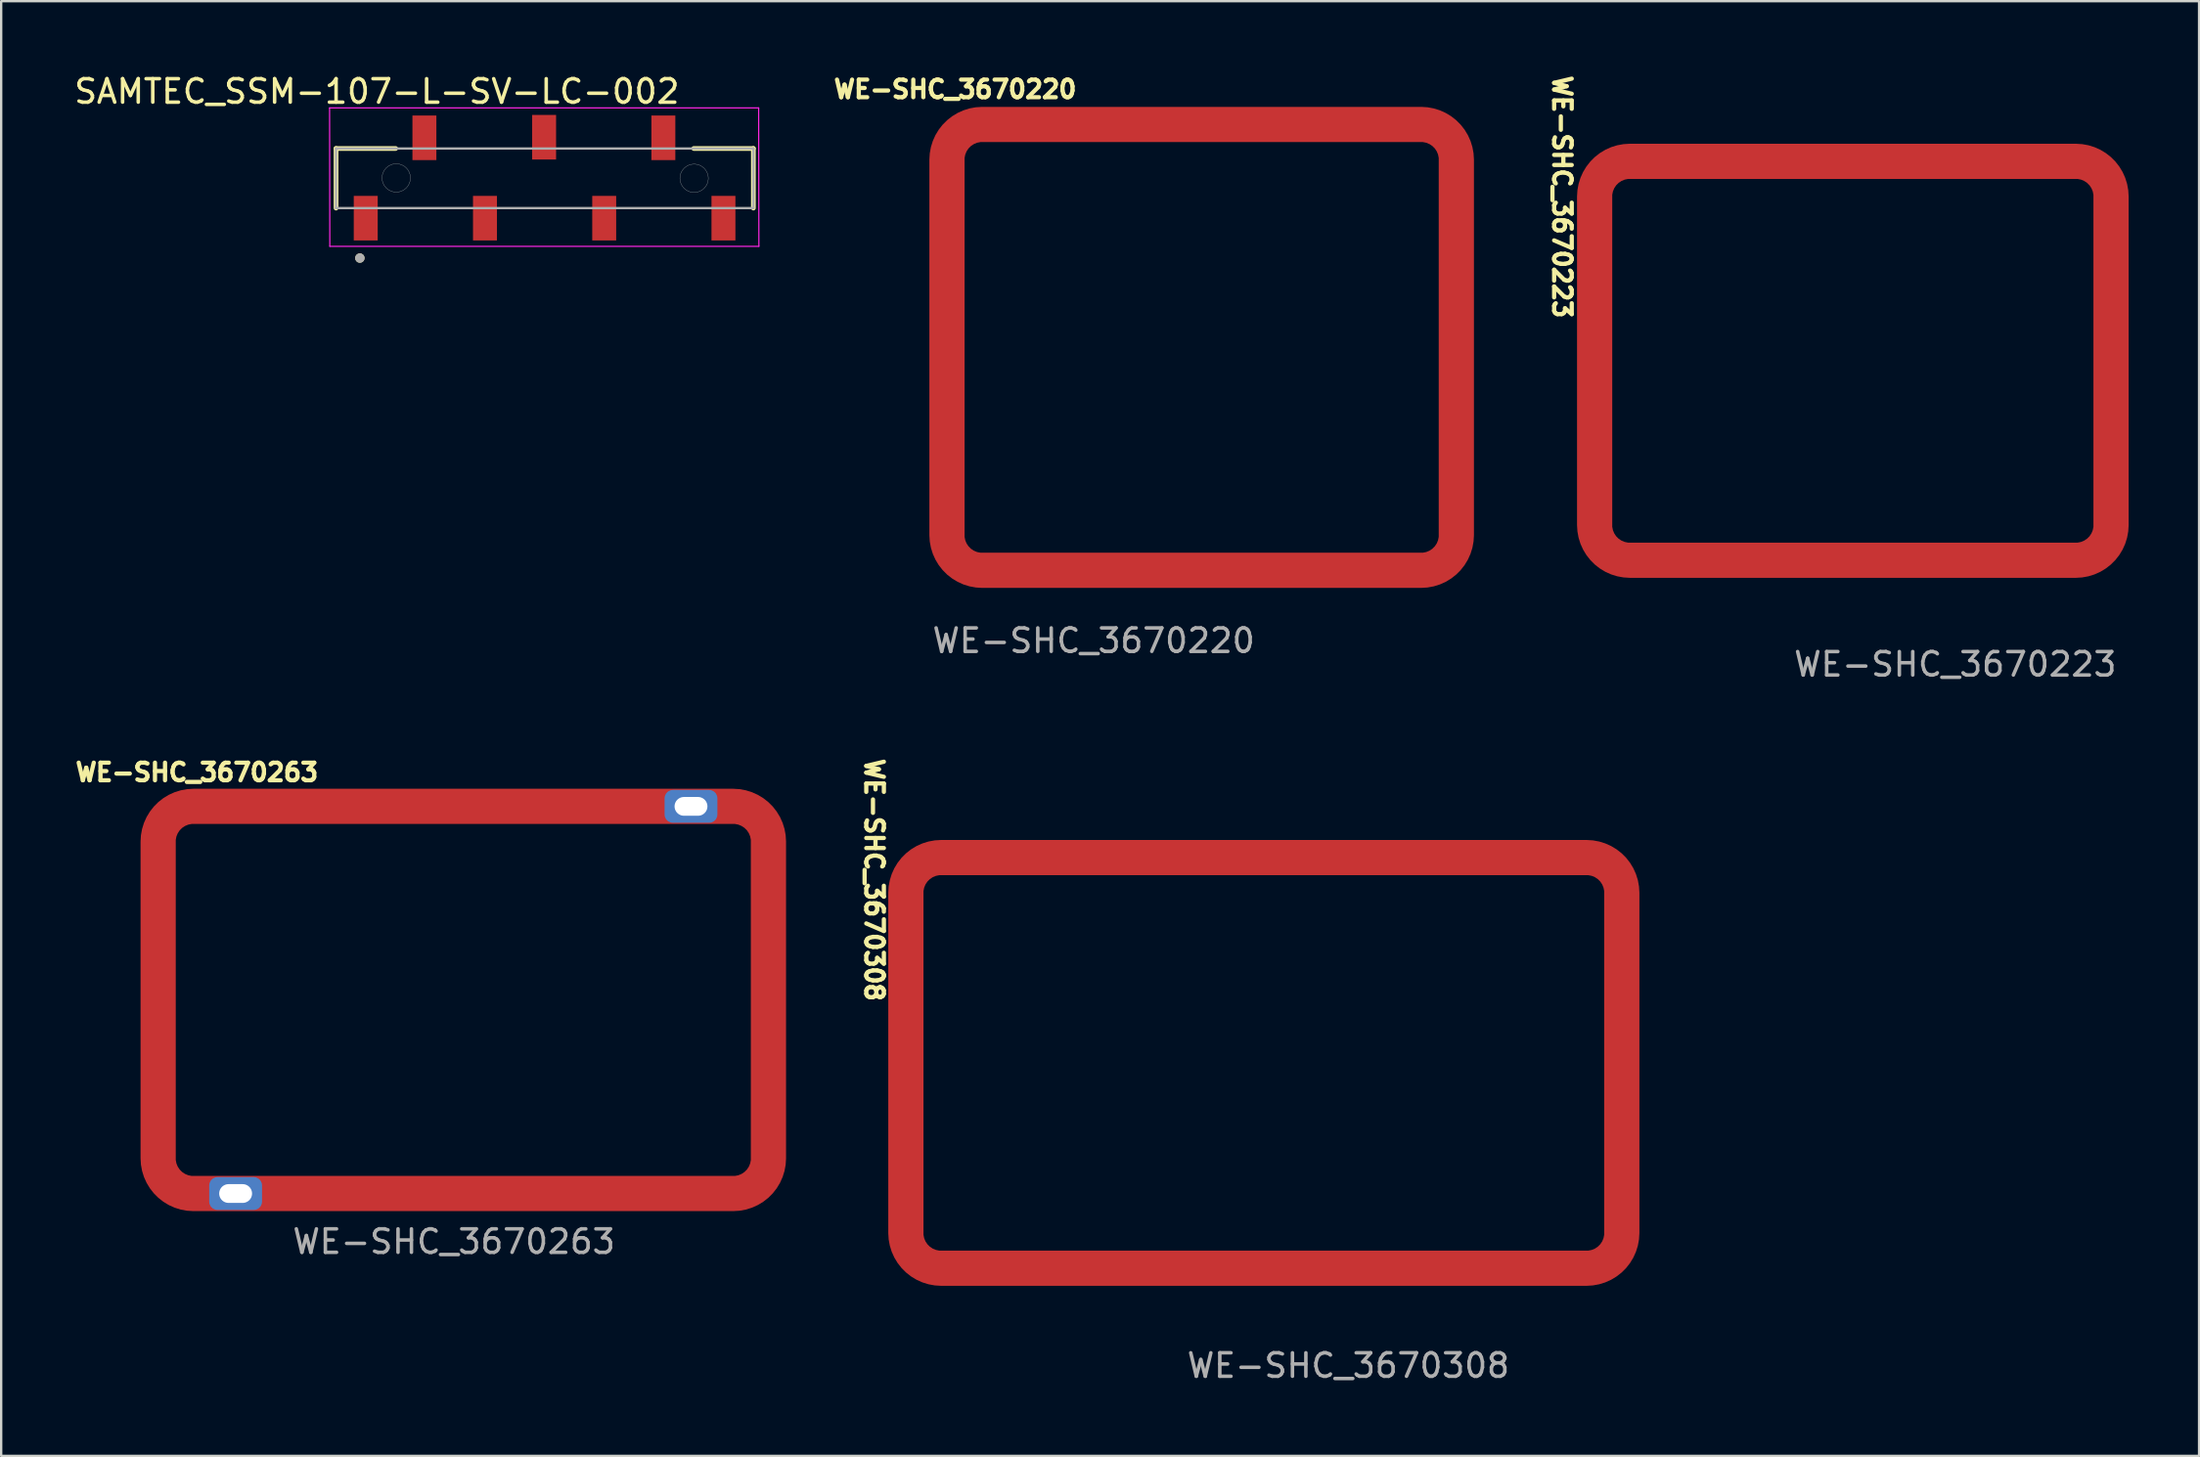
<source format=kicad_pcb>
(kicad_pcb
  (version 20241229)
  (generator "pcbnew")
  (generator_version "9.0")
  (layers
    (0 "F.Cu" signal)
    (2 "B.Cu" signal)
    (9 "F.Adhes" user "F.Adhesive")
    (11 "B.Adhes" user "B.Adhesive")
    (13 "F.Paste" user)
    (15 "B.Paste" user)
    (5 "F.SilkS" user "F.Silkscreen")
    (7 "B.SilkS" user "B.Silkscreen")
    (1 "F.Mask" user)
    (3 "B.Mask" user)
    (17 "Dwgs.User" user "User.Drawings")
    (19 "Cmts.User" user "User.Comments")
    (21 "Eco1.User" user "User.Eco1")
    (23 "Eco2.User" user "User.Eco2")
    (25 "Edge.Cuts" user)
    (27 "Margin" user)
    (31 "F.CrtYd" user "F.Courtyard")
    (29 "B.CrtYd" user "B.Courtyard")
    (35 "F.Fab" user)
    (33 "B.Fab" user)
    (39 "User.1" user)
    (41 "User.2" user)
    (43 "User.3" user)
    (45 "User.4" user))
  (footprint "WE-SHC_3670220"
    (layer "F.Cu")
    (at 48.144 11.755)
    (property "Reference" "WE-SHC_3670220" (at -10.5 -11 0) (unlocked yes) (layer "F.SilkS") (effects (font (size 0.75 0.75) (thickness 0.18))))
    (attr smd)
    (fp_text user "${REFERENCE}" (at -4.6 12.5 0) (unlocked yes) (layer "F.Fab") (effects (font (size 1 1) (thickness 0.15))))
    (pad "1" smd custom (at -6.85 9.5) (size 1 1) (layers "F.Cu" "F.Mask" "F.Paste") (options (anchor circle)) (primitives (gr_poly (pts (xy -0.5 -0.25) (xy -0.481 -0.346) (xy -0.427 -0.427) (xy -0.346 -0.481) (xy -0.25 -0.5) (xy 0.25 -0.5) (xy 0.346 -0.481) (xy 0.427 -0.427) (xy 0.481 -0.346) (xy 0.5 -0.25) (xy 0.5 0.25) (xy 0.481 0.346) (xy 0.427 0.427) (xy 0.346 0.481) (xy 0.25 0.5) (xy -0.25 0.5) (xy -0.346 0.481) (xy -0.427 0.427) (xy -0.481 0.346) (xy -0.5 0.25)) (width 0) (fill yes)) (gr_line (start 16.2 0) (end -2.5 0) (width 1.5)) (gr_arc (start 17.7 -1.5) (mid 17.26066 -0.43934) (end 16.2 0) (width 1.5)) (gr_line (start 17.7 -17.5) (end 17.7 -1.5) (width 1.5)) (gr_arc (start -2.5 0) (mid -3.56066 -0.43934) (end -4 -1.5) (width 1.5)) (gr_line (start -4 -1.5) (end -4 -17.5) (width 1.5)) (gr_arc (start 16.2 -19) (mid 17.26066 -18.56066) (end 17.7 -17.5) (width 1.5)) (gr_line (start -2.5 -19) (end 16.2 -19) (width 1.5)) (gr_arc (start -4 -17.5) (mid -3.56066 -18.56066) (end -2.5 -19) (width 1.5))))
    (zone (net_name "") (layer "F.Cu") (hatch edge 0.5) (connect_pads) (min_thickness 0.25) (filled_areas_thickness no) (keepout (tracks not_allowed) (vias not_allowed) (pads not_allowed) (copperpour not_allowed) (footprints not_allowed)) (placement (enabled no)) (fill) (polygon (pts (xy 38.044 11.78) (arc (start 38.04381 19.72965) (mid 38.26348 20.25998) (end 38.79381 20.47965)) (arc (start 57.49381 20.47965) (mid 58.02414 20.25998) (end 58.24381 19.72965)) (arc (start 58.24381 3.75465) (mid 58.02414 3.22432) (end 57.49381 3.00465)) (arc (start 38.79381 3.00465) (mid 38.26348 3.22432) (end 38.04381 3.75465)) (xy 38.044 11.755) (xy 38.069 11.755) (arc (start 38.06881 3.77965) (mid 38.28848 3.24932) (end 38.81881 3.02965)) (arc (start 57.46881 3.02965) (mid 57.99914 3.24932) (end 58.21881 3.77965)) (arc (start 58.21881 19.70465) (mid 57.99914 20.23498) (end 57.46881 20.45465)) (arc (start 38.81881 20.45465) (mid 38.28848 20.23498) (end 38.06881 19.70465)) (xy 38.069 11.78)))))
  (footprint "WE-SHC_3670263"
    (layer "F.Cu")
    (at 16.688 39.566)
    (property "Reference" "WE-SHC_3670263" (at -11.35 -9.7 0) (unlocked yes) (layer "F.SilkS") (effects (font (size 0.75 0.75) (thickness 0.18))))
    (attr through_hole)
    (fp_text user "${REFERENCE}" (at -0.4 10.3 0) (unlocked yes) (layer "F.Fab") (effects (font (size 1 1) (thickness 0.15))))
    (pad "1" thru_hole roundrect (at -9.7 8.25) (size 2.25 1.4) (drill oval 1.4 0.8) (layers "*.Cu" "F.Mask") (roundrect_rratio 0.25))
    (pad "1" thru_hole roundrect (at 9.7 -8.25) (size 2.25 1.4) (drill oval 1.4 0.8) (layers "*.Cu" "F.Mask") (roundrect_rratio 0.25))
    (pad "1" smd custom (at 9.8 -8.25) (size 1.4 1.4) (layers "F.Cu" "F.Mask" "F.Paste") (options (anchor circle)) (primitives (gr_poly (pts (xy -1.125 -0.35) (xy -1.11 -0.45) (xy -1.06 -0.553) (xy -0.978 -0.635) (xy -0.875 -0.685) (xy -0.775 -0.7) (xy 0.775 -0.7) (xy 0.875 -0.685) (xy 0.978 -0.635) (xy 1.06 -0.553) (xy 1.11 -0.45) (xy 1.125 -0.35) (xy 1.125 0.35) (xy 1.11 0.45) (xy 1.06 0.553) (xy 0.978 0.635) (xy 0.875 0.685) (xy 0.775 0.7) (xy -0.775 0.7) (xy -0.875 0.685) (xy -0.978 0.635) (xy -1.06 0.553) (xy -1.11 0.45) (xy -1.125 0.35)) (width 0) (fill yes)) (gr_line (start -21.3 0) (end 1.7 0) (width 1.5)) (gr_arc (start 1.7 0) (mid 2.76066 0.43934) (end 3.2 1.5) (width 1.5)) (gr_line (start 3.2 1.5) (end 3.2 15) (width 1.5)) (gr_arc (start 3.2 15) (mid 2.76066 16.06066) (end 1.7 16.5) (width 1.5)) (gr_line (start 1.7 16.5) (end -21.3 16.5) (width 1.5)) (gr_arc (start -22.8 1.5) (mid -22.36066 0.43934) (end -21.3 0) (width 1.5)) (gr_line (start -22.8 15) (end -22.8 1.5) (width 1.5)) (gr_arc (start -21.3 16.5) (mid -22.36066 16.06066) (end -22.8 15) (width 1.5))))
    (zone (net_name "") (layers "F.Cu" "User.4") (hatch edge 0.5) (connect_pads) (min_thickness 0.25) (filled_areas_thickness no) (keepout (tracks not_allowed) (vias not_allowed) (pads not_allowed) (copperpour not_allowed) (footprints not_allowed)) (placement (enabled no)) (fill) (polygon (pts (arc (start 5.202858 32.065758) (mid 4.661921 32.289821) (end 4.437858 32.830758)) (xy 4.438 39.591) (xy 4.463 39.591) (arc (start 4.462858 32.855758) (mid 4.686921 32.314821) (end 5.227858 32.090758)) (arc (start 28.147858 32.090758) (mid 28.688795 32.314821) (end 28.912858 32.855758)) (arc (start 28.912858 46.275758) (mid 28.688795 46.816695) (end 28.147858 47.040758)) (arc (start 5.227858 47.040758) (mid 4.686921 46.816695) (end 4.462858 46.275758)) (xy 4.463 39.616) (xy 4.438 39.616) (arc (start 4.437858 46.300758) (mid 4.661921 46.841695) (end 5.202858 47.065758)) (arc (start 28.172858 47.065758) (mid 28.713795 46.841695) (end 28.937858 46.300758)) (arc (start 28.937858 32.830758) (mid 28.713795 32.289821) (end 28.172858 32.065758))))))
  (footprint "WE-SHC_3670223"
    (layer "F.Cu")
    (at 75.898 12.338)
    (property "Reference" "WE-SHC_3670223" (at -12.4 -7 270) (unlocked yes) (layer "F.SilkS") (effects (font (size 0.75 0.75) (thickness 0.18))))
    (attr smd)
    (fp_text user "${REFERENCE}" (at 4.35 12.925 0) (unlocked yes) (layer "F.Fab") (effects (font (size 1 1) (thickness 0.15))))
    (pad "1" smd custom (at -8.287 8.488) (size 1 1) (layers "F.Cu" "F.Mask" "F.Paste") (options (anchor rect)) (primitives (gr_line (start 17.775 0) (end -1.225 0) (width 1.5)) (gr_arc (start -1.225 0) (mid -2.28566 -0.43934) (end -2.725 -1.5) (width 1.5)) (gr_line (start -2.725 -1.5) (end -2.725 -15.5) (width 1.5)) (gr_arc (start -2.725 -15.5) (mid -2.28566 -16.56066) (end -1.225 -17) (width 1.5)) (gr_line (start -1.225 -17) (end 17.775 -17) (width 1.5)) (gr_arc (start 19.275 -1.5) (mid 18.83566 -0.43934) (end 17.775 0) (width 1.5)) (gr_line (start 19.275 -15.5) (end 19.275 -1.5) (width 1.5)) (gr_arc (start 17.775 -17) (mid 18.83566 -16.56066) (end 19.275 -15.5) (width 1.5))))
    (zone (net_name "") (layer "F.Cu") (hatch edge 0.5) (connect_pads) (min_thickness 0.25) (filled_areas_thickness no) (keepout (tracks not_allowed) (vias not_allowed) (pads not_allowed) (copperpour not_allowed) (footprints not_allowed)) (placement (enabled no)) (fill) (polygon (pts (xy 65.698 12.388) (xy 65.648 12.388) (arc (start 65.648461 19.281858) (mid 65.869888 19.816431) (end 66.404461 20.037858)) (arc (start 85.342461 20.037858) (mid 85.877034 19.816431) (end 86.098461 19.281858)) (arc (start 86.098461 5.343858) (mid 85.877034 4.809285) (end 85.342461 4.587858)) (arc (start 66.404461 4.587858) (mid 65.869888 4.809285) (end 65.648461 5.343858)) (xy 65.648 12.338) (xy 65.698 12.338) (arc (start 65.698461 5.393858) (mid 65.919888 4.859285) (end 66.454461 4.637858)) (arc (start 85.292461 4.637858) (mid 85.827034 4.859285) (end 86.048461 5.393858)) (arc (start 86.048461 19.231858) (mid 85.827034 19.766431) (end 85.292461 19.987858)) (arc (start 66.454461 19.987858) (mid 65.919888 19.766431) (end 65.698461 19.231858))))))
  (footprint "SAMTEC_SSM-107-L-SV-LC-002"
    (layer "F.Cu")
    (at 20.156 4.548)
    (property "Reference" "SAMTEC_SSM-107-L-SV-LC-002" (at -7.15 -3.7 0) (layer "F.SilkS") (effects (font (size 1 1) (thickness 0.15))))
    (attr smd)
    (fp_line (start -8.89 -1.27) (end -6.35 -1.27) (stroke (width 0.2) (type solid)) (layer "F.SilkS"))
    (fp_line (start -8.89 1.27) (end -8.89 -1.27) (stroke (width 0.2) (type solid)) (layer "F.SilkS"))
    (fp_line (start 6.35 -1.27) (end 8.89 -1.27) (stroke (width 0.2) (type solid)) (layer "F.SilkS"))
    (fp_line (start 8.89 -1.27) (end 8.89 1.27) (stroke (width 0.2) (type solid)) (layer "F.SilkS"))
    (fp_circle (center -7.875 3.4) (end -7.775 3.4) (stroke (width 0.2) (type solid)) (fill no) (layer "F.SilkS"))
    (fp_circle (center -6.325 -0.015) (end -5.72 -0.015) (stroke (width 0.01) (type default)) (fill no) (layer "Edge.Cuts"))
    (fp_circle (center 6.365 0) (end 6.97 0) (stroke (width 0.01) (type default)) (fill no) (layer "Edge.Cuts"))
    (fp_line (start -9.165 -3) (end 9.115 -3) (stroke (width 0.05) (type solid)) (layer "F.CrtYd"))
    (fp_line (start -9.155 2.9) (end -9.165 -3) (stroke (width 0.05) (type solid)) (layer "F.CrtYd"))
    (fp_line (start 9.115 -3) (end 9.125 2.9) (stroke (width 0.05) (type solid)) (layer "F.CrtYd"))
    (fp_line (start 9.125 2.9) (end -9.155 2.9) (stroke (width 0.05) (type solid)) (layer "F.CrtYd"))
    (fp_line (start -8.89 -1.27) (end 8.89 -1.27) (stroke (width 0.1) (type solid)) (layer "F.Fab"))
    (fp_line (start -8.89 1.27) (end -8.89 -1.27) (stroke (width 0.1) (type solid)) (layer "F.Fab"))
    (fp_line (start 8.89 -1.27) (end 8.89 1.27) (stroke (width 0.1) (type solid)) (layer "F.Fab"))
    (fp_line (start 8.89 1.27) (end -8.89 1.27) (stroke (width 0.1) (type solid)) (layer "F.Fab"))
    (fp_circle (center -7.875 3.4) (end -7.775 3.4) (stroke (width 0.2) (type solid)) (fill no) (layer "F.Fab"))
    (pad "01" smd rect (at -7.625 1.7) (size 1.02 1.9) (layers "F.Cu" "F.Mask" "F.Paste"))
    (pad "02" smd rect (at -5.125 -1.725) (size 1.02 1.9) (layers "F.Cu" "F.Mask" "F.Paste"))
    (pad "03" smd rect (at -2.545 1.7) (size 1.02 1.9) (layers "F.Cu" "F.Mask" "F.Paste"))
    (pad "04" smd rect (at -0.025 -1.75) (size 1.02 1.9) (layers "F.Cu" "F.Mask" "F.Paste"))
    (pad "05" smd rect (at 2.535 1.7) (size 1.02 1.9) (layers "F.Cu" "F.Mask" "F.Paste"))
    (pad "06" smd rect (at 5.055 -1.725) (size 1.02 1.9) (layers "F.Cu" "F.Mask" "F.Paste"))
    (pad "07" smd rect (at 7.615 1.7) (size 1.02 1.9) (layers "F.Cu" "F.Mask" "F.Paste")))
  (footprint "WE-SHC_3670308"
    (layer "F.Cu")
    (at 50.793 42.249)
    (property "Reference" "WE-SHC_3670308" (at -16.6 -7.8 270) (unlocked yes) (layer "F.SilkS") (effects (font (size 0.75 0.75) (thickness 0.18))))
    (attr smd)
    (fp_text user "${REFERENCE}" (at 3.6 12.9 0) (unlocked yes) (layer "F.Fab") (effects (font (size 1 1) (thickness 0.15))))
    (pad "1" smd custom (at -12.8 8.75) (size 1.4 1.4) (layers "F.Cu" "F.Mask" "F.Paste") (options (anchor circle)) (primitives (gr_poly (pts (xy -1.125 -0.35) (xy -1.11 -0.45) (xy -1.06 -0.553) (xy -0.978 -0.635) (xy -0.875 -0.685) (xy -0.775 -0.7) (xy 0.775 -0.7) (xy 0.875 -0.685) (xy 0.978 -0.635) (xy 1.06 -0.553) (xy 1.11 -0.45) (xy 1.125 -0.35) (xy 1.125 0.35) (xy 1.11 0.45) (xy 1.06 0.553) (xy 0.978 0.635) (xy 0.875 0.685) (xy 0.775 0.7) (xy -0.775 0.7) (xy -0.875 0.685) (xy -0.978 0.635) (xy -1.06 0.553) (xy -1.11 0.45) (xy -1.125 0.35)) (width 0) (fill yes)) (gr_line (start 26.55 0) (end -0.95 0) (width 1.5)) (gr_arc (start -0.95 0) (mid -2.01066 -0.43934) (end -2.45 -1.5) (width 1.5)) (gr_line (start -2.45 -1.5) (end -2.45 -16) (width 1.5)) (gr_arc (start 28.05 -1.5) (mid 27.61066 -0.43934) (end 26.55 0) (width 1.5)) (gr_line (start 28.05 -16) (end 28.05 -1.5) (width 1.5)) (gr_arc (start -2.45 -16) (mid -2.01066 -17.06066) (end -0.95 -17.5) (width 1.5)) (gr_line (start -0.95 -17.5) (end 26.55 -17.5) (width 1.5)) (gr_arc (start 26.55 -17.5) (mid 27.61066 -17.06066) (end 28.05 -16) (width 1.5))))
    (zone (net_name "") (layer "F.Cu") (hatch edge 0.5) (connect_pads) (min_thickness 0.25) (filled_areas_thickness no) (keepout (tracks not_allowed) (vias not_allowed) (pads not_allowed) (copperpour not_allowed) (footprints not_allowed)) (placement (enabled no)) (fill) (polygon (pts (arc (start 65.242509 35.063966) (mid 65.018446 34.523029) (end 64.477509 34.298966)) (arc (start 37.107509 34.298966) (mid 36.566572 34.523029) (end 36.342509 35.063966)) (xy 36.343 42.224) (xy 36.293 42.224) (arc (start 36.292509 35.013966) (mid 36.516572 34.473029) (end 37.057509 34.248966)) (arc (start 64.527509 34.248966) (mid 65.068446 34.473029) (end 65.292509 35.013966)) (arc (start 65.292509 49.483966) (mid 65.068446 50.024903) (end 64.527509 50.248966)) (arc (start 37.057509 50.248966) (mid 36.516572 50.024903) (end 36.292509 49.483966)) (xy 36.293 42.274) (xy 36.343 42.274) (arc (start 36.342509 49.433966) (mid 36.566572 49.974903) (end 37.107509 50.198966)) (arc (start 64.477509 50.198966) (mid 65.018446 49.974903) (end 65.242509 49.433966))))))
  (gr_rect
    (start -3 -3)
    (end 90.636 58.997)
    (stroke (width 0.1) (type default))
    (fill no)
    (layer "Edge.Cuts")))
</source>
